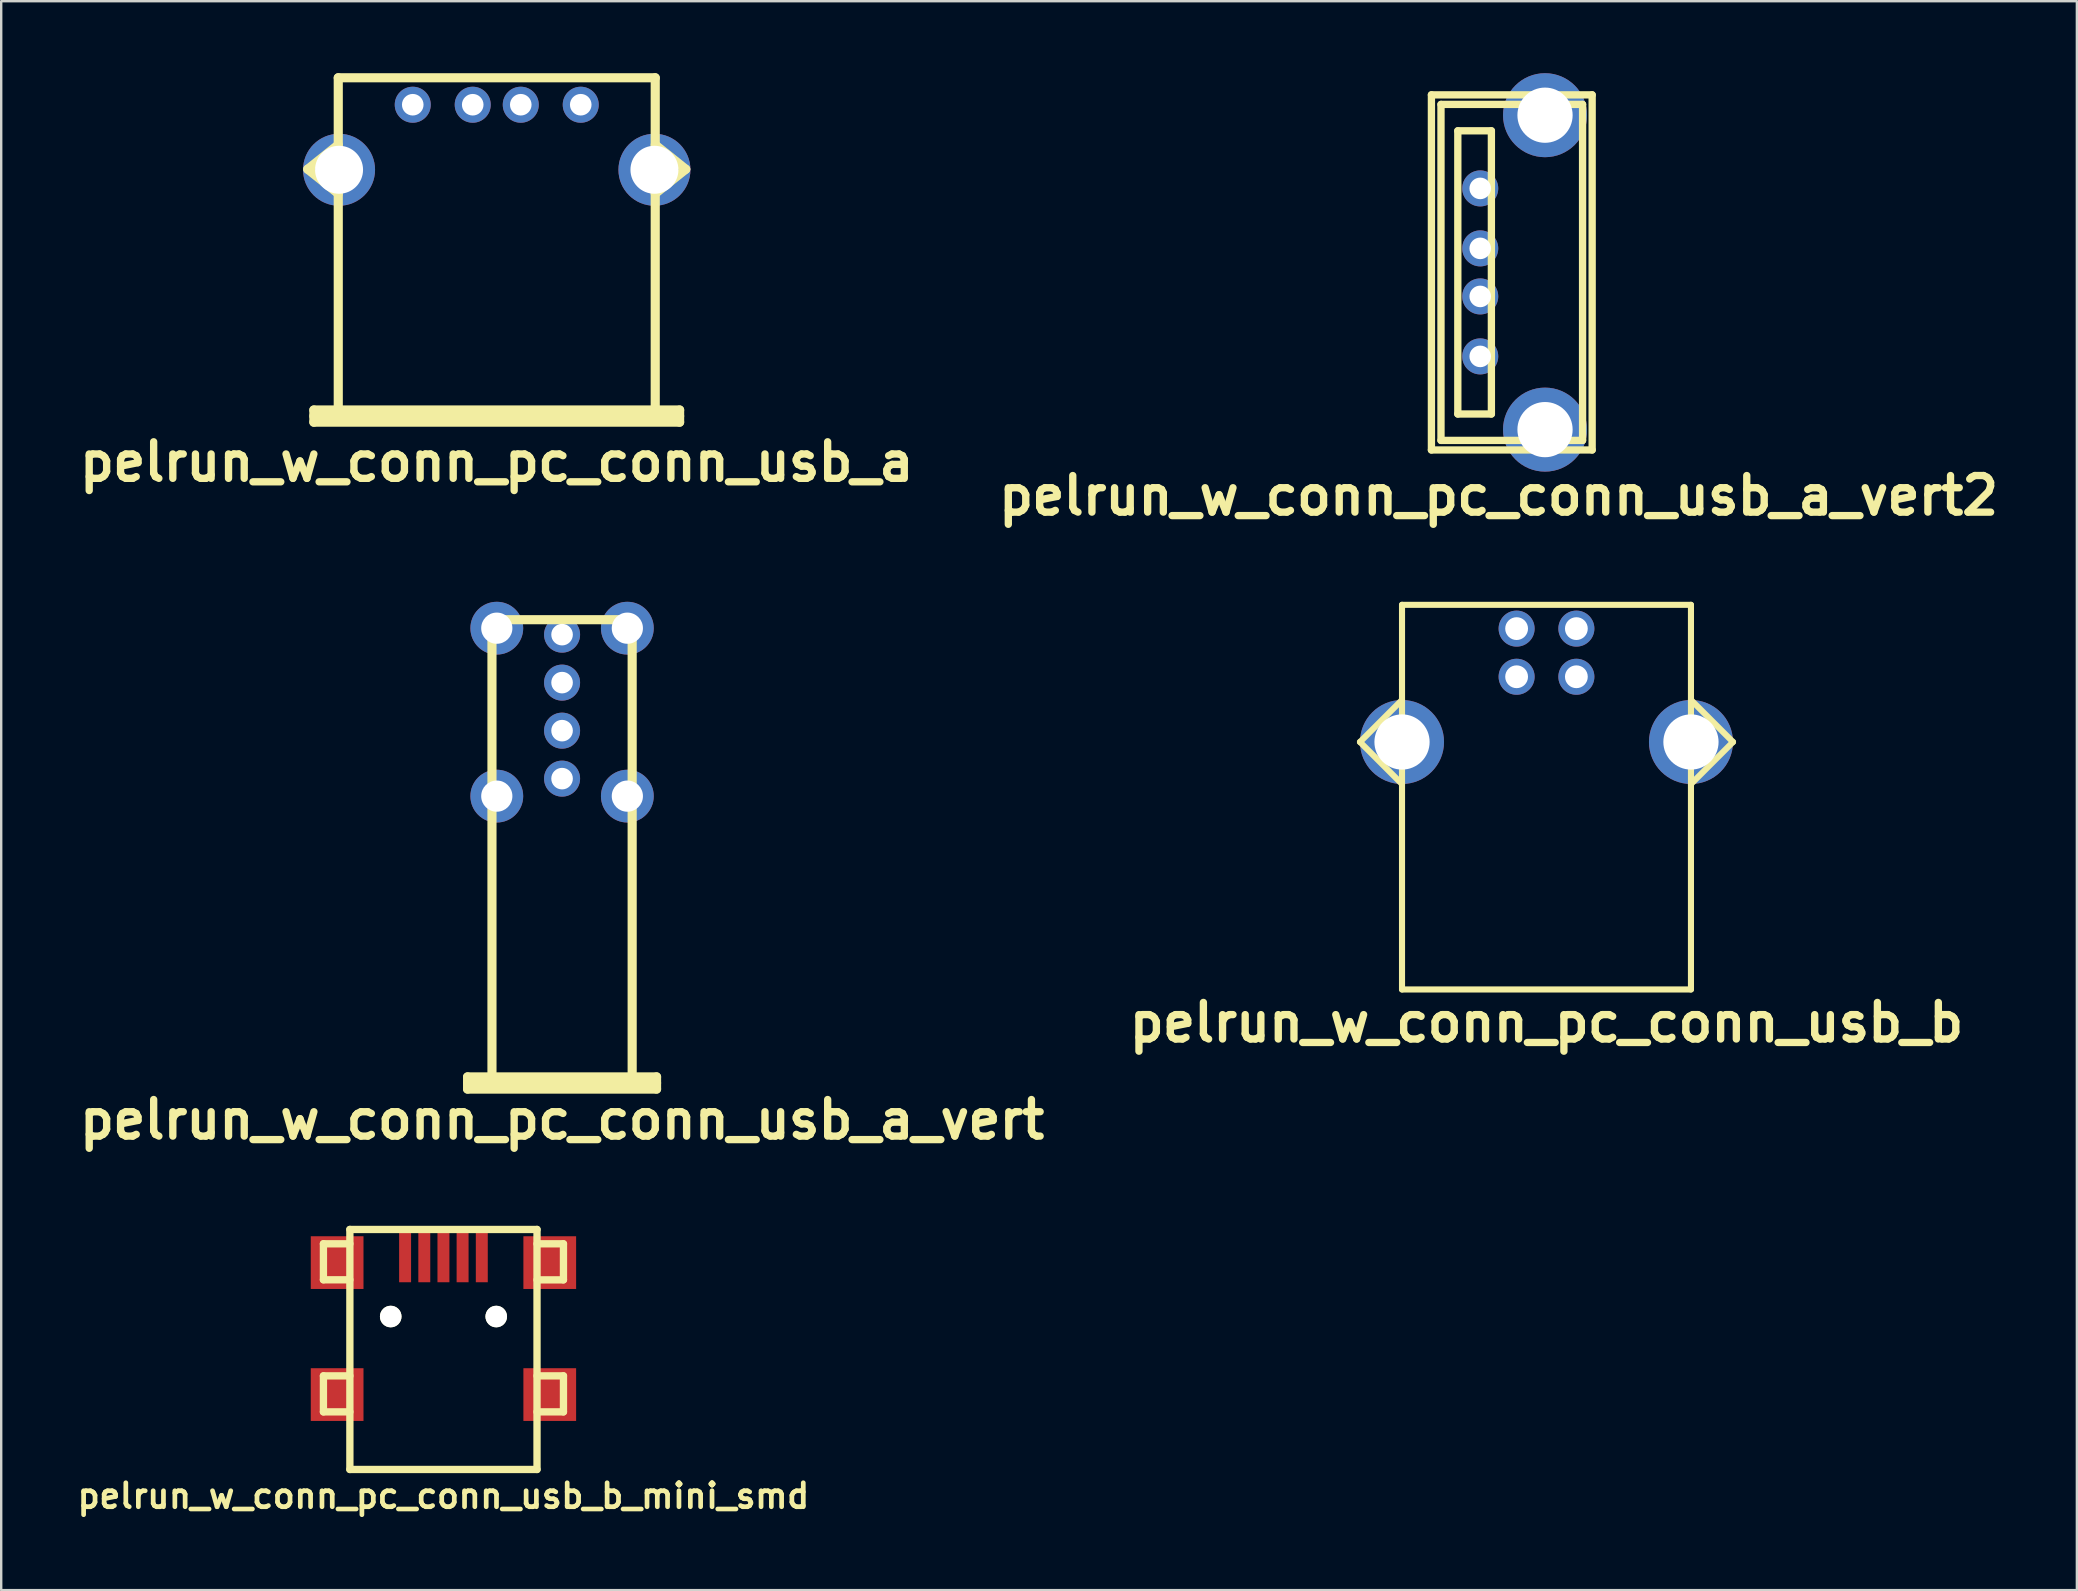
<source format=kicad_pcb>
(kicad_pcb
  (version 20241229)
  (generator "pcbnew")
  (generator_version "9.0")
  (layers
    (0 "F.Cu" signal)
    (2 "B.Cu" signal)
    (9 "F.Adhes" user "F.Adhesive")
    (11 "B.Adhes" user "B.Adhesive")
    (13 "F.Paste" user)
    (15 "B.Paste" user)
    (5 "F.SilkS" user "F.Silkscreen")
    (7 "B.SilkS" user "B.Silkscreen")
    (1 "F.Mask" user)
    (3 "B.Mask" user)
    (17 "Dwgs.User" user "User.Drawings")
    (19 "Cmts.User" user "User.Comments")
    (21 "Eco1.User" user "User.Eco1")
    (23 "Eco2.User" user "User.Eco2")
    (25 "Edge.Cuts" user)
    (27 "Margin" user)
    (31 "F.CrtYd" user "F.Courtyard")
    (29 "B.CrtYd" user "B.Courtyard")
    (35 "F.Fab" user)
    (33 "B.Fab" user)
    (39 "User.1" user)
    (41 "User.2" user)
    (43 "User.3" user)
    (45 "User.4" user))
  (footprint "pelrun_w_conn_pc_conn_usb_a"
    (layer "F.Cu")
    (at 17.649 7.303)
    (property "Reference" "pelrun_w_conn_pc_conn_usb_a" (at 0 8.89 0) (layer "F.SilkS") (effects (font (size 1.524 1.524) (thickness 0.305))))
    (attr through_hole)
    (fp_line (start -7.874 -3.302) (end -6.604 -2.286) (stroke (width 0.381) (type solid)) (layer "F.SilkS"))
    (fp_line (start -7.62 6.731) (end -7.62 7.239) (stroke (width 0.381) (type solid)) (layer "F.SilkS"))
    (fp_line (start -7.62 6.731) (end 7.62 6.731) (stroke (width 0.381) (type solid)) (layer "F.SilkS"))
    (fp_line (start -7.62 6.985) (end 7.62 6.985) (stroke (width 0.381) (type solid)) (layer "F.SilkS"))
    (fp_line (start -6.604 -7.112) (end -6.604 7.112) (stroke (width 0.381) (type solid)) (layer "F.SilkS"))
    (fp_line (start -6.604 -4.318) (end -7.874 -3.302) (stroke (width 0.381) (type solid)) (layer "F.SilkS"))
    (fp_line (start 6.604 -7.112) (end -6.604 -7.112) (stroke (width 0.381) (type solid)) (layer "F.SilkS"))
    (fp_line (start 6.604 -4.318) (end 7.874 -3.302) (stroke (width 0.381) (type solid)) (layer "F.SilkS"))
    (fp_line (start 6.604 7.112) (end 6.604 -7.112) (stroke (width 0.381) (type solid)) (layer "F.SilkS"))
    (fp_line (start 7.62 6.731) (end 7.62 7.239) (stroke (width 0.381) (type solid)) (layer "F.SilkS"))
    (fp_line (start 7.62 7.239) (end -7.62 7.239) (stroke (width 0.381) (type solid)) (layer "F.SilkS"))
    (fp_line (start 7.874 -3.302) (end 6.604 -2.286) (stroke (width 0.381) (type solid)) (layer "F.SilkS"))
    (pad "" thru_hole circle (at -6.571 -3.279) (size 3 3) (drill 1.999) (layers "*.Cu" "*.Mask"))
    (pad "" thru_hole circle (at 6.571 -3.279) (size 3 3) (drill 1.999) (layers "*.Cu" "*.Mask"))
    (pad "1" thru_hole circle (at -3.5 -5.989) (size 1.501 1.501) (drill 0.899) (layers "*.Cu" "*.Mask"))
    (pad "2" thru_hole circle (at -1.001 -5.989) (size 1.501 1.501) (drill 0.899) (layers "*.Cu" "*.Mask"))
    (pad "3" thru_hole circle (at 1.001 -5.989) (size 1.501 1.501) (drill 0.899) (layers "*.Cu" "*.Mask"))
    (pad "4" thru_hole circle (at 3.5 -5.989) (size 1.501 1.501) (drill 0.899) (layers "*.Cu" "*.Mask")))
  (footprint "pelrun_w_conn_pc_conn_usb_b_mini_smd"
    (layer "F.Cu")
    (at 15.428 53.181)
    (property "Reference" "pelrun_w_conn_pc_conn_usb_b_mini_smd" (at 0 6.101 0) (layer "F.SilkS") (effects (font (size 0.998 0.998) (thickness 0.196))))
    (attr through_hole)
    (fp_line (start -5.001 -4.404) (end -5.001 -2.903) (stroke (width 0.305) (type solid)) (layer "F.SilkS"))
    (fp_line (start -5.001 -2.903) (end -3.899 -2.903) (stroke (width 0.305) (type solid)) (layer "F.SilkS"))
    (fp_line (start -5.001 1.1) (end -5.001 2.601) (stroke (width 0.305) (type solid)) (layer "F.SilkS"))
    (fp_line (start -5.001 2.601) (end -3.899 2.601) (stroke (width 0.305) (type solid)) (layer "F.SilkS"))
    (fp_line (start -3.899 -5.001) (end -3.899 5.001) (stroke (width 0.305) (type solid)) (layer "F.SilkS"))
    (fp_line (start -3.899 -4.404) (end -5.001 -4.404) (stroke (width 0.305) (type solid)) (layer "F.SilkS"))
    (fp_line (start -3.899 1.1) (end -5.001 1.1) (stroke (width 0.305) (type solid)) (layer "F.SilkS"))
    (fp_line (start -3.899 5.001) (end 3.899 5.001) (stroke (width 0.305) (type solid)) (layer "F.SilkS"))
    (fp_line (start 3.899 -5.001) (end -3.899 -5.001) (stroke (width 0.305) (type solid)) (layer "F.SilkS"))
    (fp_line (start 3.899 -4.402) (end 5.001 -4.402) (stroke (width 0.305) (type solid)) (layer "F.SilkS"))
    (fp_line (start 3.899 1.1) (end 5.001 1.1) (stroke (width 0.305) (type solid)) (layer "F.SilkS"))
    (fp_line (start 3.899 5.001) (end 3.899 -5.001) (stroke (width 0.305) (type solid)) (layer "F.SilkS"))
    (fp_line (start 5.001 -4.402) (end 5.001 -2.901) (stroke (width 0.305) (type solid)) (layer "F.SilkS"))
    (fp_line (start 5.001 -2.901) (end 3.899 -2.901) (stroke (width 0.305) (type solid)) (layer "F.SilkS"))
    (fp_line (start 5.001 1.1) (end 5.001 2.601) (stroke (width 0.305) (type solid)) (layer "F.SilkS"))
    (fp_line (start 5.001 2.601) (end 3.899 2.601) (stroke (width 0.305) (type solid)) (layer "F.SilkS"))
    (pad "" smd rect (at -4.43 -3.619) (size 2.197 2.197) (layers "F.Cu" "F.Mask" "F.Paste"))
    (pad "" smd rect (at -4.43 1.88) (size 2.197 2.197) (layers "F.Cu" "F.Mask" "F.Paste"))
    (pad "" np_thru_hole circle (at -2.197 -1.372) (size 0.899 0.899) (drill 0.899) (layers "*.Cu" "*.Mask" "F.SilkS"))
    (pad "" np_thru_hole circle (at 2.2 -1.372) (size 0.899 0.899) (drill 0.899) (layers "*.Cu" "*.Mask" "F.SilkS"))
    (pad "" smd rect (at 4.43 -3.619) (size 2.197 2.197) (layers "F.Cu" "F.Mask" "F.Paste"))
    (pad "" smd rect (at 4.43 1.88) (size 2.197 2.197) (layers "F.Cu" "F.Mask" "F.Paste"))
    (pad "1" smd rect (at -1.598 -3.899) (size 0.498 2.197) (layers "F.Cu" "F.Mask" "F.Paste"))
    (pad "2" smd rect (at -0.798 -3.899) (size 0.498 2.197) (layers "F.Cu" "F.Mask" "F.Paste"))
    (pad "3" smd rect (at 0 -3.899) (size 0.498 2.197) (layers "F.Cu" "F.Mask" "F.Paste"))
    (pad "4" smd rect (at 0.798 -3.899) (size 0.498 2.197) (layers "F.Cu" "F.Mask" "F.Paste"))
    (pad "5" smd rect (at 1.598 -3.899) (size 0.498 2.197) (layers "F.Cu" "F.Mask" "F.Paste")))
  (footprint "pelrun_w_conn_pc_conn_usb_b"
    (layer "F.Cu")
    (at 61.391 30.154)
    (property "Reference" "pelrun_w_conn_pc_conn_usb_b" (at 0 9.401 0) (layer "F.SilkS") (effects (font (size 1.524 1.524) (thickness 0.305))))
    (attr through_hole)
    (fp_line (start -7.772 -2.286) (end -6.02 -0.533) (stroke (width 0.254) (type solid)) (layer "F.SilkS"))
    (fp_line (start -6.02 -8.001) (end -6.02 -2.286) (stroke (width 0.254) (type solid)) (layer "F.SilkS"))
    (fp_line (start -6.02 -4.039) (end -7.772 -2.286) (stroke (width 0.254) (type solid)) (layer "F.SilkS"))
    (fp_line (start -6.02 -2.286) (end -6.02 8.026) (stroke (width 0.254) (type solid)) (layer "F.SilkS"))
    (fp_line (start -6.02 8.026) (end 6.02 8.026) (stroke (width 0.254) (type solid)) (layer "F.SilkS"))
    (fp_line (start 6.02 -8.001) (end -6.02 -8.001) (stroke (width 0.254) (type solid)) (layer "F.SilkS"))
    (fp_line (start 6.02 -4.039) (end 7.772 -2.286) (stroke (width 0.254) (type solid)) (layer "F.SilkS"))
    (fp_line (start 6.02 -2.286) (end 6.02 -8.001) (stroke (width 0.254) (type solid)) (layer "F.SilkS"))
    (fp_line (start 6.02 8.026) (end 6.02 -2.286) (stroke (width 0.254) (type solid)) (layer "F.SilkS"))
    (fp_line (start 7.772 -2.286) (end 6.02 -0.533) (stroke (width 0.254) (type solid)) (layer "F.SilkS"))
    (pad "" thru_hole circle (at -6.02 -2.286) (size 3.5 3.5) (drill 2.301) (layers "*.Cu" "*.Mask"))
    (pad "" thru_hole circle (at 6.02 -2.286) (size 3.5 3.5) (drill 2.301) (layers "*.Cu" "*.Mask"))
    (pad "1" thru_hole circle (at 1.245 -7.01) (size 1.501 1.501) (drill 0.95) (layers "*.Cu" "*.Mask"))
    (pad "2" thru_hole circle (at -1.245 -7.01) (size 1.501 1.501) (drill 0.95) (layers "*.Cu" "*.Mask"))
    (pad "3" thru_hole circle (at -1.245 -5.004) (size 1.501 1.501) (drill 0.95) (layers "*.Cu" "*.Mask"))
    (pad "4" thru_hole circle (at 1.245 -5.004) (size 1.501 1.501) (drill 0.95) (layers "*.Cu" "*.Mask")))
  (footprint "pelrun_w_conn_pc_conn_usb_a_vert"
    (layer "F.Cu")
    (at 20.371 32.425)
    (property "Reference" "pelrun_w_conn_pc_conn_usb_a_vert" (at 0 11.176 0) (layer "F.SilkS") (effects (font (size 1.524 1.524) (thickness 0.305))))
    (attr through_hole)
    (fp_line (start -3.937 9.398) (end -3.937 9.906) (stroke (width 0.381) (type solid)) (layer "F.SilkS"))
    (fp_line (start -3.937 9.906) (end 3.937 9.906) (stroke (width 0.381) (type solid)) (layer "F.SilkS"))
    (fp_line (start -2.921 -9.652) (end -2.921 9.652) (stroke (width 0.381) (type solid)) (layer "F.SilkS"))
    (fp_line (start 2.921 -9.652) (end -2.921 -9.652) (stroke (width 0.381) (type solid)) (layer "F.SilkS"))
    (fp_line (start 2.921 9.652) (end 2.921 -9.652) (stroke (width 0.381) (type solid)) (layer "F.SilkS"))
    (fp_line (start 3.937 9.398) (end -3.937 9.398) (stroke (width 0.381) (type solid)) (layer "F.SilkS"))
    (fp_line (start 3.937 9.652) (end -3.937 9.652) (stroke (width 0.381) (type solid)) (layer "F.SilkS"))
    (fp_line (start 3.937 9.906) (end 3.937 9.398) (stroke (width 0.381) (type solid)) (layer "F.SilkS"))
    (pad "" thru_hole circle (at -2.72 -9.299) (size 2.2 2.2) (drill 1.3) (layers "*.Cu" "*.Mask"))
    (pad "" thru_hole circle (at -2.72 -2.301) (size 2.2 2.2) (drill 1.3) (layers "*.Cu" "*.Mask"))
    (pad "" thru_hole circle (at 2.72 -9.299) (size 2.2 2.2) (drill 1.3) (layers "*.Cu" "*.Mask"))
    (pad "" thru_hole circle (at 2.72 -2.301) (size 2.2 2.2) (drill 1.3) (layers "*.Cu" "*.Mask"))
    (pad "1" thru_hole circle (at 0 -3.03) (size 1.501 1.501) (drill 0.899) (layers "*.Cu" "*.Mask"))
    (pad "2" thru_hole circle (at 0 -5.029) (size 1.501 1.501) (drill 0.899) (layers "*.Cu" "*.Mask"))
    (pad "3" thru_hole circle (at 0 -7.031) (size 1.501 1.501) (drill 0.899) (layers "*.Cu" "*.Mask"))
    (pad "4" thru_hole circle (at 0 -9.03) (size 1.501 1.501) (drill 0.899) (layers "*.Cu" "*.Mask")))
  (footprint "pelrun_w_conn_pc_conn_usb_a_vert2"
    (layer "F.Cu")
    (at 59.395 8.301)
    (property "Reference" "pelrun_w_conn_pc_conn_usb_a_vert2" (at 0 9.299 0) (layer "F.SilkS") (effects (font (size 1.524 1.524) (thickness 0.305))))
    (attr through_hole)
    (fp_line (start -2.799 -7.399) (end -2.799 7.399) (stroke (width 0.305) (type solid)) (layer "F.SilkS"))
    (fp_line (start -2.799 7.399) (end 3.899 7.399) (stroke (width 0.305) (type solid)) (layer "F.SilkS"))
    (fp_line (start -2.4 -7) (end 3.5 -7) (stroke (width 0.305) (type solid)) (layer "F.SilkS"))
    (fp_line (start -2.4 7) (end -2.4 -7) (stroke (width 0.305) (type solid)) (layer "F.SilkS"))
    (fp_line (start -1.699 -5.9) (end -0.3 -5.9) (stroke (width 0.305) (type solid)) (layer "F.SilkS"))
    (fp_line (start -1.699 5.9) (end -1.699 -5.9) (stroke (width 0.305) (type solid)) (layer "F.SilkS"))
    (fp_line (start -0.3 -5.9) (end -0.3 5.9) (stroke (width 0.305) (type solid)) (layer "F.SilkS"))
    (fp_line (start -0.3 5.9) (end -1.699 5.9) (stroke (width 0.305) (type solid)) (layer "F.SilkS"))
    (fp_line (start 3.5 -7) (end 3.5 7) (stroke (width 0.305) (type solid)) (layer "F.SilkS"))
    (fp_line (start 3.5 7) (end -2.4 7) (stroke (width 0.305) (type solid)) (layer "F.SilkS"))
    (fp_line (start 3.899 -7.399) (end -2.799 -7.399) (stroke (width 0.305) (type solid)) (layer "F.SilkS"))
    (fp_line (start 3.899 7.399) (end 3.899 -7.399) (stroke (width 0.305) (type solid)) (layer "F.SilkS"))
    (pad "" thru_hole circle (at 1.935 -6.551) (size 3.5 3.5) (drill 2.301) (layers "*.Cu" "*.Mask"))
    (pad "" thru_hole circle (at 1.935 6.551) (size 3.5 3.5) (drill 2.301) (layers "*.Cu" "*.Mask"))
    (pad "1" thru_hole circle (at -0.765 3.5) (size 1.501 1.501) (drill 0.899) (layers "*.Cu" "*.Mask"))
    (pad "2" thru_hole circle (at -0.765 1.001) (size 1.501 1.501) (drill 0.899) (layers "*.Cu" "*.Mask"))
    (pad "3" thru_hole circle (at -0.765 -1.001) (size 1.501 1.501) (drill 0.899) (layers "*.Cu" "*.Mask"))
    (pad "4" thru_hole circle (at -0.765 -3.5) (size 1.501 1.501) (drill 0.899) (layers "*.Cu" "*.Mask")))
  (gr_rect
    (start -3 -3)
    (end 83.492 63.209)
    (stroke (width 0.1) (type default))
    (fill no)
    (layer "Edge.Cuts")))
</source>
